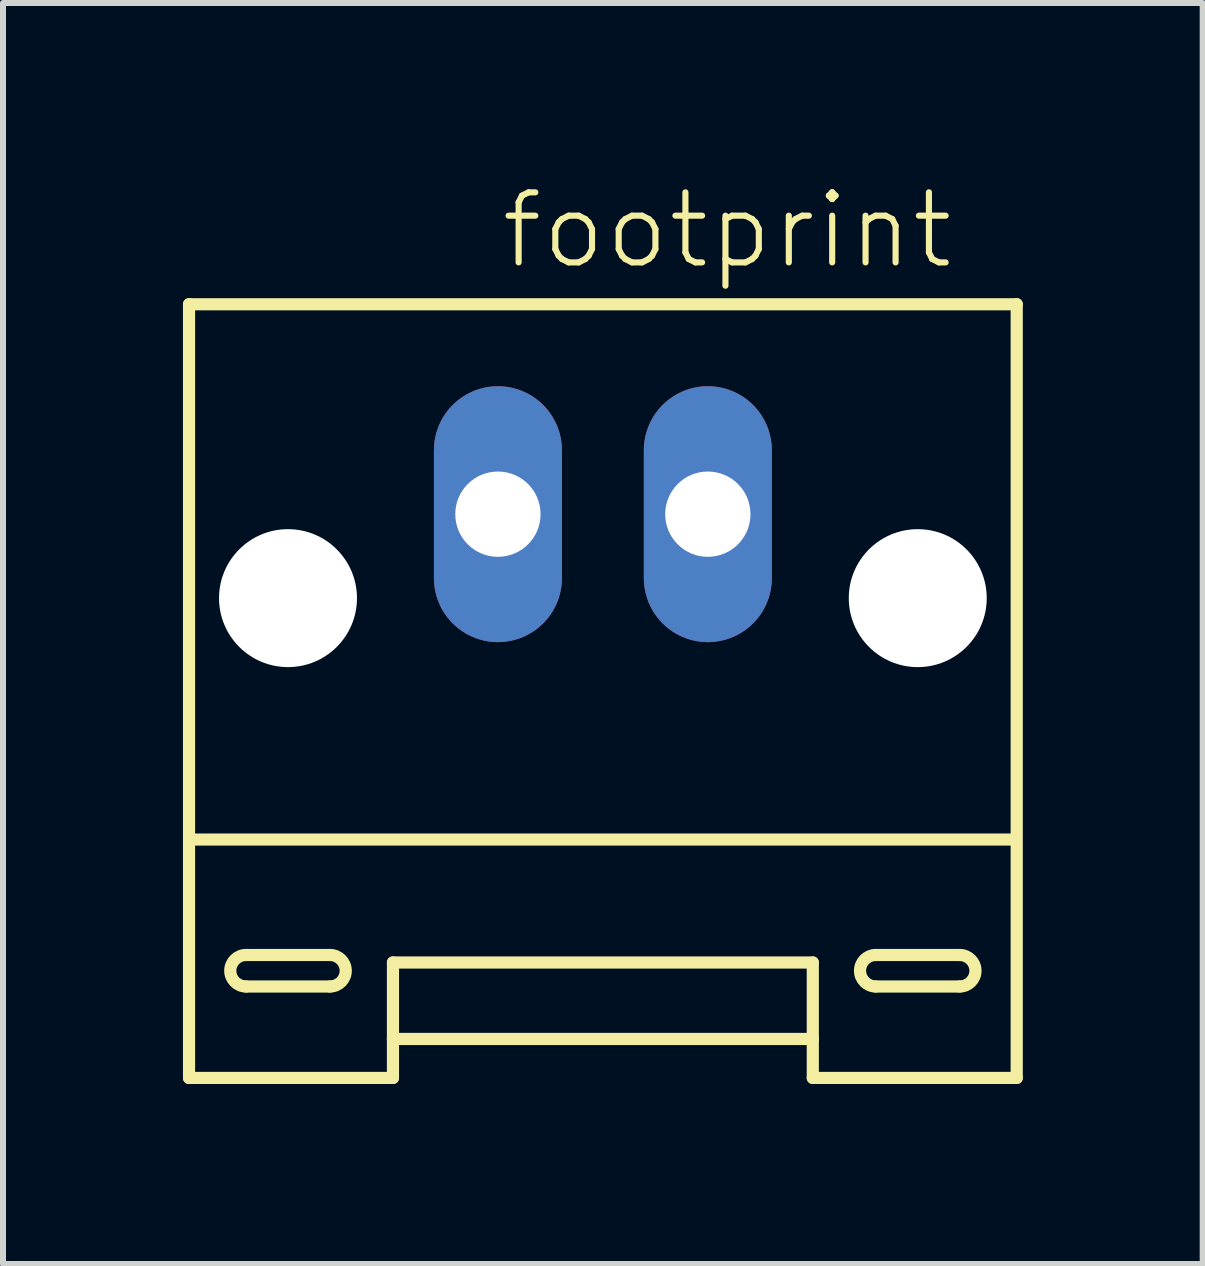
<source format=kicad_pcb>
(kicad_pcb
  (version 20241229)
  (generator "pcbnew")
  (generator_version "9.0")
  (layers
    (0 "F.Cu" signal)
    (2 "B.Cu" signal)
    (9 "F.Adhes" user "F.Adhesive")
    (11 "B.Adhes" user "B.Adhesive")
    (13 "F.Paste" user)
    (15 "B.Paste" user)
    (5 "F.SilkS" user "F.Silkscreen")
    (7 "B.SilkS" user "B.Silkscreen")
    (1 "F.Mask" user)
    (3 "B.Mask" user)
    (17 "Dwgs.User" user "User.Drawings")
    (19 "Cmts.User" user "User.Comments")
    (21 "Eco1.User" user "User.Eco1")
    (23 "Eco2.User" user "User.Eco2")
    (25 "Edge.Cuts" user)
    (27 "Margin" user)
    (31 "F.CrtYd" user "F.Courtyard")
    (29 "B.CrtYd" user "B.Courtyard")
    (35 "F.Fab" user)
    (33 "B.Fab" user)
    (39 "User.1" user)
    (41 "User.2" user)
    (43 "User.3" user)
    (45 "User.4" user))
  (footprint "footprint"
    (layer "F.Cu")
    (at 7.002 7.273)
    (property "Reference" "footprint" (at -1.75 -5.8 0) (layer "F.SilkS") (effects (font (size 1.168 1.168) (thickness 0.102)) (justify left bottom)))
    (fp_line (start -6.9 -5.25) (end -6.9 7.65) (stroke (width 0.203) (type solid)) (layer "F.SilkS"))
    (fp_line (start -6.9 7.65) (end -3.5 7.65) (stroke (width 0.203) (type solid)) (layer "F.SilkS"))
    (fp_line (start -5.95 5.6) (end -4.55 5.6) (stroke (width 0.203) (type solid)) (layer "F.SilkS"))
    (fp_line (start -4.55 6.125) (end -5.95 6.125) (stroke (width 0.203) (type solid)) (layer "F.SilkS"))
    (fp_line (start -3.5 5.725) (end 3.5 5.725) (stroke (width 0.203) (type solid)) (layer "F.SilkS"))
    (fp_line (start -3.5 7) (end -3.5 5.725) (stroke (width 0.203) (type solid)) (layer "F.SilkS"))
    (fp_line (start -3.5 7) (end 3.5 7) (stroke (width 0.203) (type solid)) (layer "F.SilkS"))
    (fp_line (start -3.5 7.65) (end -3.5 7) (stroke (width 0.203) (type solid)) (layer "F.SilkS"))
    (fp_line (start 3.5 5.725) (end 3.5 7) (stroke (width 0.203) (type solid)) (layer "F.SilkS"))
    (fp_line (start 3.5 7) (end 3.5 7.65) (stroke (width 0.203) (type solid)) (layer "F.SilkS"))
    (fp_line (start 3.5 7.65) (end 6.9 7.65) (stroke (width 0.203) (type solid)) (layer "F.SilkS"))
    (fp_line (start 4.55 5.6) (end 5.95 5.6) (stroke (width 0.203) (type solid)) (layer "F.SilkS"))
    (fp_line (start 5.95 6.125) (end 4.55 6.125) (stroke (width 0.203) (type solid)) (layer "F.SilkS"))
    (fp_line (start 6.825 3.675) (end -6.825 3.675) (stroke (width 0.203) (type solid)) (layer "F.SilkS"))
    (fp_line (start 6.9 -5.25) (end -6.9 -5.25) (stroke (width 0.203) (type solid)) (layer "F.SilkS"))
    (fp_line (start 6.9 7.65) (end 6.9 -5.25) (stroke (width 0.203) (type solid)) (layer "F.SilkS"))
    (fp_arc (start -5.95 6.125) (mid -6.2125 5.8625) (end -5.95 5.6) (stroke (width 0.2032) (type solid)) (layer "F.SilkS"))
    (fp_arc (start -4.55 5.6) (mid -4.2875 5.8625) (end -4.55 6.125) (stroke (width 0.2032) (type solid)) (layer "F.SilkS"))
    (fp_arc (start 4.55 6.125) (mid 4.2875 5.8625) (end 4.55 5.6) (stroke (width 0.2032) (type solid)) (layer "F.SilkS"))
    (fp_arc (start 5.95 5.6) (mid 6.2125 5.8625) (end 5.95 6.125) (stroke (width 0.2032) (type solid)) (layer "F.SilkS"))
    (pad "" np_thru_hole circle (at -5.25 -0.35) (size 2.3 2.3) (drill 2.3) (layers "*.Cu" "*.Mask"))
    (pad "" np_thru_hole circle (at 5.25 -0.35) (size 2.3 2.3) (drill 2.3) (layers "*.Cu" "*.Mask"))
    (pad "1" thru_hole oval (at -1.75 -1.75 90) (size 4.267 2.134) (drill 1.422) (layers "*.Cu" "*.Mask"))
    (pad "2" thru_hole oval (at 1.75 -1.75 90) (size 4.267 2.134) (drill 1.422) (layers "*.Cu" "*.Mask")))
  (gr_rect
    (start -3 -3)
    (end 17.003 18.025)
    (stroke (width 0.1) (type default))
    (fill no)
    (layer "Edge.Cuts")))
</source>
